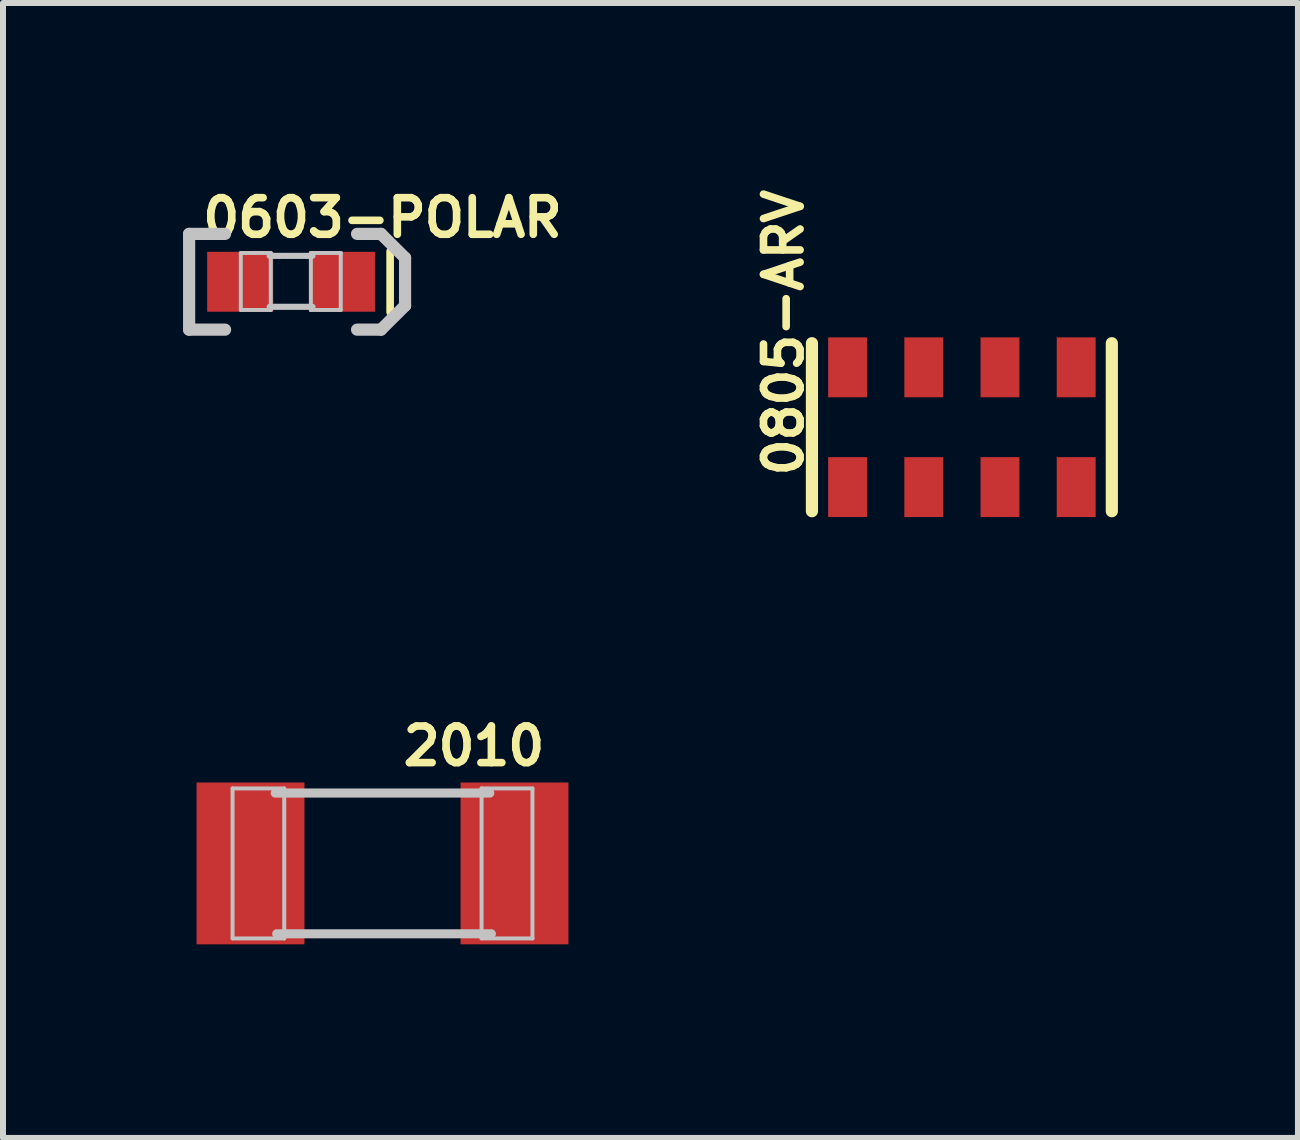
<source format=kicad_pcb>
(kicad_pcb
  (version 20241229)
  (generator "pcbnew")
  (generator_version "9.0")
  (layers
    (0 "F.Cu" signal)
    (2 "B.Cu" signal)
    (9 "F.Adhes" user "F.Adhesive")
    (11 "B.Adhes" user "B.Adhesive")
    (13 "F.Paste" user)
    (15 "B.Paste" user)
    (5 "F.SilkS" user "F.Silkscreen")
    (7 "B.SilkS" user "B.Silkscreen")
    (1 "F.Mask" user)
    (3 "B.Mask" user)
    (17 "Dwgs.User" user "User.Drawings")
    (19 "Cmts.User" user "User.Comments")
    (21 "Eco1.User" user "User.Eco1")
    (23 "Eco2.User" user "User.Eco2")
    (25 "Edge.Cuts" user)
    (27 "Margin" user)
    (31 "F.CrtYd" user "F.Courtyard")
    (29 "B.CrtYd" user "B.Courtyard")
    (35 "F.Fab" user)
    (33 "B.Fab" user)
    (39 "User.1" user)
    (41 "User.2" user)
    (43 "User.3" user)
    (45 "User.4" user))
  (footprint "0603-POLAR"
    (layer "F.Cu")
    (at 1.801 1.646)
    (property "Reference" "0603-POLAR" (at 1.524 -1.067 0) (layer "F.SilkS") (effects (font (size 0.61 0.61) (thickness 0.127))))
    (attr smd)
    (fp_line (start 1.651 -0.508) (end 1.651 0.508) (stroke (width 0.127) (type solid)) (layer "F.SilkS"))
    (fp_line (start -1.699 -0.798) (end -1.1 -0.798) (stroke (width 0.203) (type solid)) (layer "Dwgs.User"))
    (fp_line (start -1.699 0.798) (end -1.699 -0.798) (stroke (width 0.203) (type solid)) (layer "Dwgs.User"))
    (fp_line (start -1.1 0.798) (end -1.699 0.798) (stroke (width 0.203) (type solid)) (layer "Dwgs.User"))
    (fp_line (start -0.838 -0.48) (end -0.338 -0.48) (stroke (width 0.066) (type solid)) (layer "Dwgs.User"))
    (fp_line (start -0.838 0.47) (end -0.838 -0.48) (stroke (width 0.066) (type solid)) (layer "Dwgs.User"))
    (fp_line (start -0.838 0.47) (end -0.338 0.47) (stroke (width 0.066) (type solid)) (layer "Dwgs.User"))
    (fp_line (start -0.356 -0.432) (end 0.356 -0.432) (stroke (width 0.102) (type solid)) (layer "Dwgs.User"))
    (fp_line (start -0.356 0.417) (end 0.356 0.417) (stroke (width 0.102) (type solid)) (layer "Dwgs.User"))
    (fp_line (start -0.338 0.47) (end -0.338 -0.48) (stroke (width 0.066) (type solid)) (layer "Dwgs.User"))
    (fp_line (start 0.33 -0.48) (end 0.828 -0.48) (stroke (width 0.066) (type solid)) (layer "Dwgs.User"))
    (fp_line (start 0.33 0.47) (end 0.33 -0.48) (stroke (width 0.066) (type solid)) (layer "Dwgs.User"))
    (fp_line (start 0.33 0.47) (end 0.828 0.47) (stroke (width 0.066) (type solid)) (layer "Dwgs.User"))
    (fp_line (start 0.828 0.47) (end 0.828 -0.48) (stroke (width 0.066) (type solid)) (layer "Dwgs.User"))
    (fp_line (start 1.1 0.798) (end 1.499 0.798) (stroke (width 0.203) (type solid)) (layer "Dwgs.User"))
    (fp_line (start 1.499 -0.798) (end 1.1 -0.798) (stroke (width 0.203) (type solid)) (layer "Dwgs.User"))
    (fp_line (start 1.499 0.798) (end 1.9 0.399) (stroke (width 0.203) (type solid)) (layer "Dwgs.User"))
    (fp_line (start 1.9 -0.399) (end 1.499 -0.798) (stroke (width 0.203) (type solid)) (layer "Dwgs.User"))
    (fp_line (start 1.9 0.399) (end 1.9 -0.399) (stroke (width 0.203) (type solid)) (layer "Dwgs.User"))
    (fp_line (start -1.598 -0.699) (end 1.598 -0.699) (stroke (width 0.051) (type solid)) (layer "Eco2.User"))
    (fp_line (start -1.598 0.699) (end -1.598 -0.699) (stroke (width 0.051) (type solid)) (layer "Eco2.User"))
    (fp_line (start 1.598 -0.699) (end 1.598 0.699) (stroke (width 0.051) (type solid)) (layer "Eco2.User"))
    (fp_line (start 1.598 0.699) (end -1.598 0.699) (stroke (width 0.051) (type solid)) (layer "Eco2.User"))
    (pad "+" smd rect (at 0.848 0) (size 1.1 0.998) (layers "F.Cu" "F.Mask" "F.Paste"))
    (pad "-" smd rect (at -0.848 0) (size 1.1 0.998) (layers "F.Cu" "F.Mask" "F.Paste")))
  (footprint "0805-ARV"
    (layer "F.Cu")
    (at 12.981 4.07)
    (property "Reference" "0805-ARV" (at -2.972 -1.575 90) (layer "F.SilkS") (effects (font (size 0.61 0.61) (thickness 0.127))))
    (attr smd)
    (fp_line (start -2.499 -1.4) (end -2.499 1.4) (stroke (width 0.203) (type solid)) (layer "F.SilkS"))
    (fp_line (start 2.499 1.4) (end 2.499 -1.4) (stroke (width 0.203) (type solid)) (layer "F.SilkS"))
    (fp_line (start -2.438 -1.709) (end 2.438 -1.709) (stroke (width 0.051) (type solid)) (layer "Eco2.User"))
    (fp_line (start -2.438 1.709) (end -2.438 -1.709) (stroke (width 0.051) (type solid)) (layer "Eco2.User"))
    (fp_line (start 2.438 -1.709) (end 2.438 1.709) (stroke (width 0.051) (type solid)) (layer "Eco2.User"))
    (fp_line (start 2.438 1.709) (end -2.438 1.709) (stroke (width 0.051) (type solid)) (layer "Eco2.User"))
    (pad "1" smd rect (at -1.905 0.998) (size 0.648 0.998) (layers "F.Cu" "F.Mask" "F.Paste"))
    (pad "2" smd rect (at -0.635 0.998) (size 0.648 0.998) (layers "F.Cu" "F.Mask" "F.Paste"))
    (pad "3" smd rect (at 0.635 0.998) (size 0.648 0.998) (layers "F.Cu" "F.Mask" "F.Paste"))
    (pad "4" smd rect (at 1.905 0.998) (size 0.648 0.998) (layers "F.Cu" "F.Mask" "F.Paste"))
    (pad "5" smd rect (at 1.905 -0.998) (size 0.648 0.998) (layers "F.Cu" "F.Mask" "F.Paste"))
    (pad "6" smd rect (at 0.635 -0.998) (size 0.648 0.998) (layers "F.Cu" "F.Mask" "F.Paste"))
    (pad "7" smd rect (at -0.635 -0.998) (size 0.648 0.998) (layers "F.Cu" "F.Mask" "F.Paste"))
    (pad "8" smd rect (at -1.905 -0.998) (size 0.648 0.998) (layers "F.Cu" "F.Mask" "F.Paste")))
  (footprint "2010"
    (layer "F.Cu")
    (at 3.325 11.34)
    (property "Reference" "2010" (at 1.524 -1.956 0) (layer "F.SilkS") (effects (font (size 0.61 0.61) (thickness 0.127))))
    (attr smd)
    (fp_line (start -2.499 -1.25) (end -1.638 -1.25) (stroke (width 0.066) (type solid)) (layer "Dwgs.User"))
    (fp_line (start -2.499 1.25) (end -2.499 -1.25) (stroke (width 0.066) (type solid)) (layer "Dwgs.User"))
    (fp_line (start -2.499 1.25) (end -1.638 1.25) (stroke (width 0.066) (type solid)) (layer "Dwgs.User"))
    (fp_line (start -1.788 -1.173) (end 1.788 -1.173) (stroke (width 0.152) (type solid)) (layer "Dwgs.User"))
    (fp_line (start -1.763 1.173) (end 1.814 1.173) (stroke (width 0.152) (type solid)) (layer "Dwgs.User"))
    (fp_line (start -1.638 1.25) (end -1.638 -1.25) (stroke (width 0.066) (type solid)) (layer "Dwgs.User"))
    (fp_line (start 1.651 -1.25) (end 2.499 -1.25) (stroke (width 0.066) (type solid)) (layer "Dwgs.User"))
    (fp_line (start 1.651 1.25) (end 1.651 -1.25) (stroke (width 0.066) (type solid)) (layer "Dwgs.User"))
    (fp_line (start 1.651 1.25) (end 2.499 1.25) (stroke (width 0.066) (type solid)) (layer "Dwgs.User"))
    (fp_line (start 2.499 1.25) (end 2.499 -1.25) (stroke (width 0.066) (type solid)) (layer "Dwgs.User"))
    (fp_line (start -3.299 -1.549) (end 3.299 -1.549) (stroke (width 0.051) (type solid)) (layer "Eco2.User"))
    (fp_line (start -3.299 1.549) (end -3.299 -1.549) (stroke (width 0.051) (type solid)) (layer "Eco2.User"))
    (fp_line (start 3.299 -1.549) (end 3.299 1.549) (stroke (width 0.051) (type solid)) (layer "Eco2.User"))
    (fp_line (start 3.299 1.549) (end -3.299 1.549) (stroke (width 0.051) (type solid)) (layer "Eco2.User"))
    (pad "1" smd rect (at -2.2 0) (size 1.798 2.697) (layers "F.Cu" "F.Mask" "F.Paste"))
    (pad "2" smd rect (at 2.2 0) (size 1.798 2.697) (layers "F.Cu" "F.Mask" "F.Paste")))
  (gr_rect
    (start -3 -3)
    (end 18.582 15.915)
    (stroke (width 0.1) (type default))
    (fill no)
    (layer "Edge.Cuts")))
</source>
